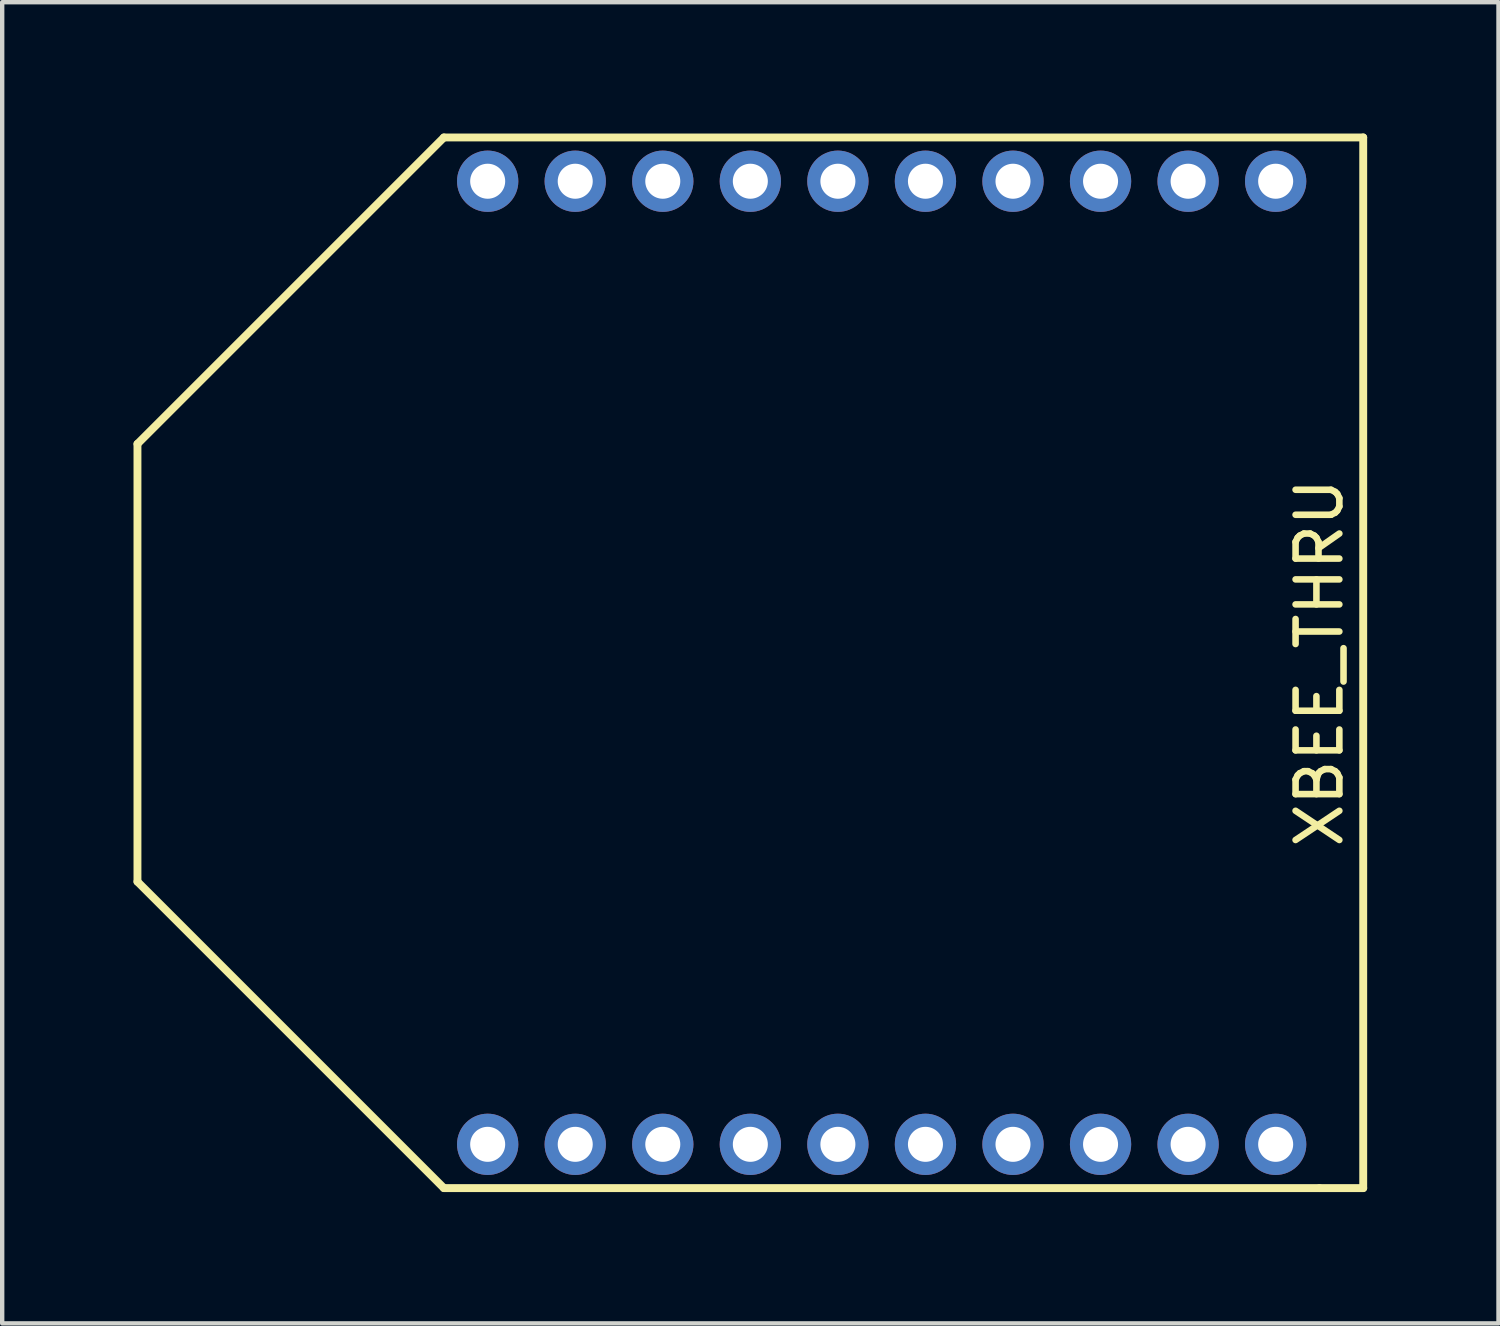
<source format=kicad_pcb>
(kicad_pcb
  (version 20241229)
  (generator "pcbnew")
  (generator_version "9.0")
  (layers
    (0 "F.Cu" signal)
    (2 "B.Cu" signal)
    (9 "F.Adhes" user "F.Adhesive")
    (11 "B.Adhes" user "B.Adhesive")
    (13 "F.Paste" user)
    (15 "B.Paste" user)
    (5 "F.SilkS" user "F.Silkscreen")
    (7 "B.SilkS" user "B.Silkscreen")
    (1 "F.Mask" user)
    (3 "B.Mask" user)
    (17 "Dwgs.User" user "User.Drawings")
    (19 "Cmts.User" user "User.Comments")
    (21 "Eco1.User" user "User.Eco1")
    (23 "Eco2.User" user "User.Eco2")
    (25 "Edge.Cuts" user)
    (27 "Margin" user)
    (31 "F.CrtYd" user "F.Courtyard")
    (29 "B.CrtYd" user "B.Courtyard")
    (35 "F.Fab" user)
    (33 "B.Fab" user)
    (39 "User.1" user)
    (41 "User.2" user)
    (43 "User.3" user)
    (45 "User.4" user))
  (footprint "XBEE_THRU"
    (layer "F.Cu")
    (at 8.09 23.09)
    (property "Reference" "XBEE_THRU" (at 19 -11 90) (layer "F.SilkS") (effects (font (size 1 1) (thickness 0.15))))
    (attr through_hole)
    (fp_line (start -8 -16) (end -8 -6) (stroke (width 0.18) (type solid)) (layer "F.SilkS"))
    (fp_line (start -1 -23) (end -8 -16) (stroke (width 0.18) (type solid)) (layer "F.SilkS"))
    (fp_line (start -1 1) (end -8 -6) (stroke (width 0.18) (type solid)) (layer "F.SilkS"))
    (fp_line (start 19 1) (end -1 1) (stroke (width 0.18) (type solid)) (layer "F.SilkS"))
    (fp_line (start 19 1) (end 20 1) (stroke (width 0.18) (type solid)) (layer "F.SilkS"))
    (fp_line (start 20 -23) (end -1 -23) (stroke (width 0.18) (type solid)) (layer "F.SilkS"))
    (fp_line (start 20 1) (end 20 -23) (stroke (width 0.18) (type solid)) (layer "F.SilkS"))
    (pad "1" thru_hole circle (at 0 0) (size 1.4 1.4) (drill 0.8) (layers "*.Cu" "*.Mask"))
    (pad "2" thru_hole circle (at 2 0) (size 1.4 1.4) (drill 0.8) (layers "*.Cu" "*.Mask"))
    (pad "3" thru_hole circle (at 4 0) (size 1.4 1.4) (drill 0.8) (layers "*.Cu" "*.Mask"))
    (pad "4" thru_hole circle (at 6 0) (size 1.4 1.4) (drill 0.8) (layers "*.Cu" "*.Mask"))
    (pad "5" thru_hole circle (at 8 0) (size 1.4 1.4) (drill 0.8) (layers "*.Cu" "*.Mask"))
    (pad "6" thru_hole circle (at 10 0) (size 1.4 1.4) (drill 0.8) (layers "*.Cu" "*.Mask"))
    (pad "7" thru_hole circle (at 12 0) (size 1.4 1.4) (drill 0.8) (layers "*.Cu" "*.Mask"))
    (pad "8" thru_hole circle (at 14 0) (size 1.4 1.4) (drill 0.8) (layers "*.Cu" "*.Mask"))
    (pad "9" thru_hole circle (at 16 0) (size 1.4 1.4) (drill 0.8) (layers "*.Cu" "*.Mask"))
    (pad "10" thru_hole circle (at 18 0) (size 1.4 1.4) (drill 0.8) (layers "*.Cu" "*.Mask"))
    (pad "11" thru_hole circle (at 18 -22) (size 1.4 1.4) (drill 0.8) (layers "*.Cu" "*.Mask"))
    (pad "12" thru_hole circle (at 16 -22) (size 1.4 1.4) (drill 0.8) (layers "*.Cu" "*.Mask"))
    (pad "13" thru_hole circle (at 14 -22) (size 1.4 1.4) (drill 0.8) (layers "*.Cu" "*.Mask"))
    (pad "14" thru_hole circle (at 12 -22) (size 1.4 1.4) (drill 0.8) (layers "*.Cu" "*.Mask"))
    (pad "15" thru_hole circle (at 10 -22) (size 1.4 1.4) (drill 0.8) (layers "*.Cu" "*.Mask"))
    (pad "16" thru_hole circle (at 8 -22) (size 1.4 1.4) (drill 0.8) (layers "*.Cu" "*.Mask"))
    (pad "17" thru_hole circle (at 6 -22) (size 1.4 1.4) (drill 0.8) (layers "*.Cu" "*.Mask"))
    (pad "18" thru_hole circle (at 4 -22) (size 1.4 1.4) (drill 0.8) (layers "*.Cu" "*.Mask"))
    (pad "19" thru_hole circle (at 2 -22) (size 1.4 1.4) (drill 0.8) (layers "*.Cu" "*.Mask"))
    (pad "20" thru_hole circle (at 0 -22) (size 1.4 1.4) (drill 0.8) (layers "*.Cu" "*.Mask")))
  (gr_rect
    (start -3 -3)
    (end 31.18 27.18)
    (stroke (width 0.1) (type default))
    (fill no)
    (layer "Edge.Cuts")))
</source>
